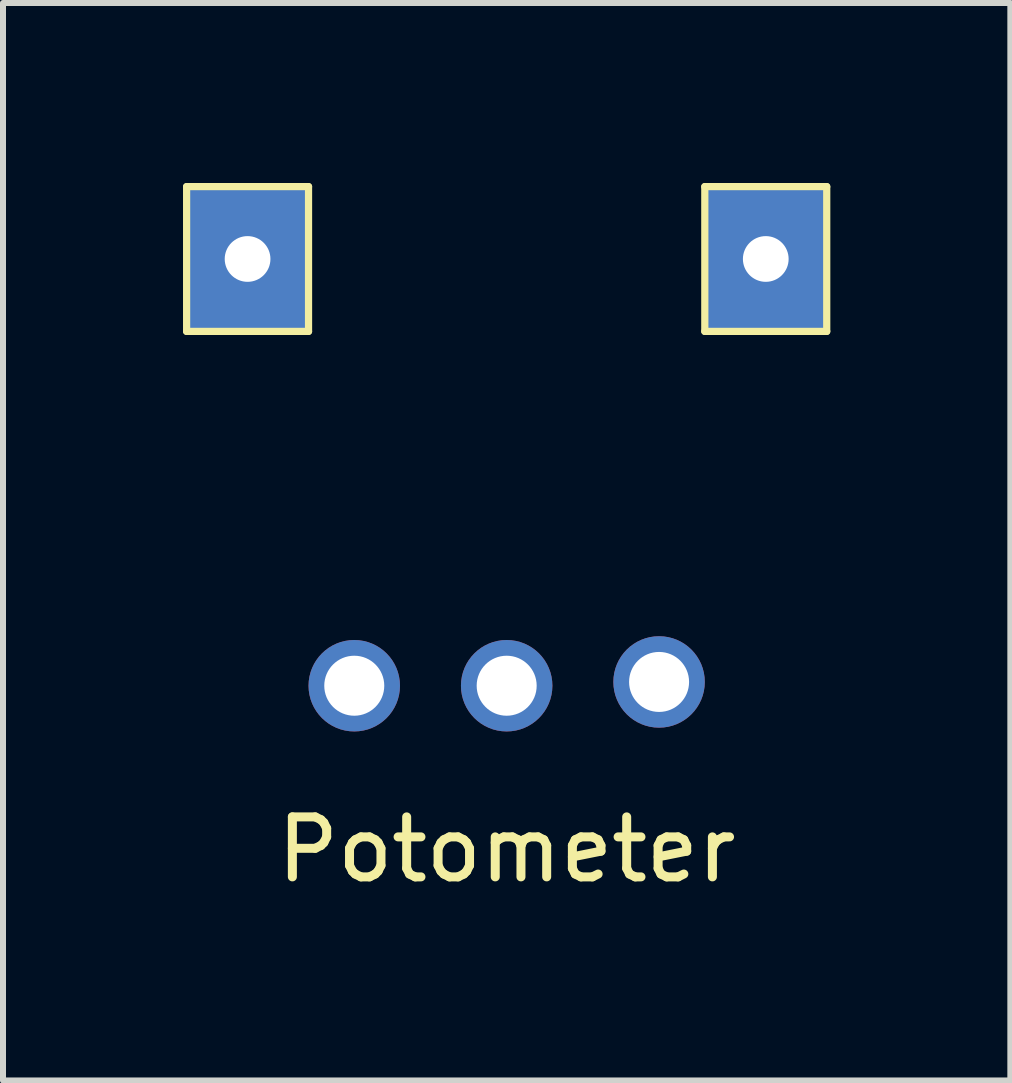
<source format=kicad_pcb>
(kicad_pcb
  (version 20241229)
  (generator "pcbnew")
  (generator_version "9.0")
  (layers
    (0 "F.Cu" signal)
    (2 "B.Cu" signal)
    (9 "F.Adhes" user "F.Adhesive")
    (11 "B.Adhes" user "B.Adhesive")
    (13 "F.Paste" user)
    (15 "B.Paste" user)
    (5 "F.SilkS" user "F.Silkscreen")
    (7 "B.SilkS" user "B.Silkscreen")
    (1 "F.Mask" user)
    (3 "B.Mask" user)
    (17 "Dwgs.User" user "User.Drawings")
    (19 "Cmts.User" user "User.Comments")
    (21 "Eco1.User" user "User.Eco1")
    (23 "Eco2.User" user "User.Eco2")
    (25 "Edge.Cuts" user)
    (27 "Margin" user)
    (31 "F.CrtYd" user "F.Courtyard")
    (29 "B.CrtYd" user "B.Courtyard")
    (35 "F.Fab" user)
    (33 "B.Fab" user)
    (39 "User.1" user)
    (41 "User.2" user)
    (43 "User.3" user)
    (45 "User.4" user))
  (footprint "Potometer"
    (layer "F.Cu")
    (at 5.394 4.759)
    (property "Reference" "Potometer" (at 0 6.35 0) (layer "F.SilkS") (effects (font (size 1 1) (thickness 0.15))))
    (attr through_hole)
    (fp_line (start -5.334 -4.699) (end -5.334 -2.286) (stroke (width 0.12) (type solid)) (layer "F.SilkS"))
    (fp_line (start -5.334 -2.286) (end -3.302 -2.286) (stroke (width 0.12) (type solid)) (layer "F.SilkS"))
    (fp_line (start -3.302 -4.699) (end -5.334 -4.699) (stroke (width 0.12) (type solid)) (layer "F.SilkS"))
    (fp_line (start -3.302 -2.286) (end -3.302 -4.699) (stroke (width 0.12) (type solid)) (layer "F.SilkS"))
    (fp_line (start 3.302 -4.699) (end 3.302 -2.286) (stroke (width 0.12) (type solid)) (layer "F.SilkS"))
    (fp_line (start 3.302 -2.286) (end 5.334 -2.286) (stroke (width 0.12) (type solid)) (layer "F.SilkS"))
    (fp_line (start 5.334 -4.699) (end 3.302 -4.699) (stroke (width 0.12) (type solid)) (layer "F.SilkS"))
    (fp_line (start 5.334 -2.286) (end 5.334 -4.699) (stroke (width 0.12) (type solid)) (layer "F.SilkS"))
    (pad "" np_thru_hole rect (at -4.318 -3.493) (size 2 2.4) (drill oval 0.762) (layers "*.Cu" "*.Mask"))
    (pad "" np_thru_hole rect (at 4.318 -3.493) (size 2 2.4) (drill oval 0.762) (layers "*.Cu" "*.Mask"))
    (pad "1" thru_hole circle (at -2.54 3.619) (size 1.524 1.524) (drill 1) (layers "*.Cu" "*.Mask"))
    (pad "1" thru_hole circle (at 0 3.619) (size 1.524 1.524) (drill 1) (layers "*.Cu" "*.Mask"))
    (pad "1" thru_hole circle (at 2.54 3.556) (size 1.524 1.524) (drill 1) (layers "*.Cu" "*.Mask")))
  (gr_rect
    (start -3 -3)
    (end 13.788 14.957)
    (stroke (width 0.1) (type default))
    (fill no)
    (layer "Edge.Cuts")))
</source>
